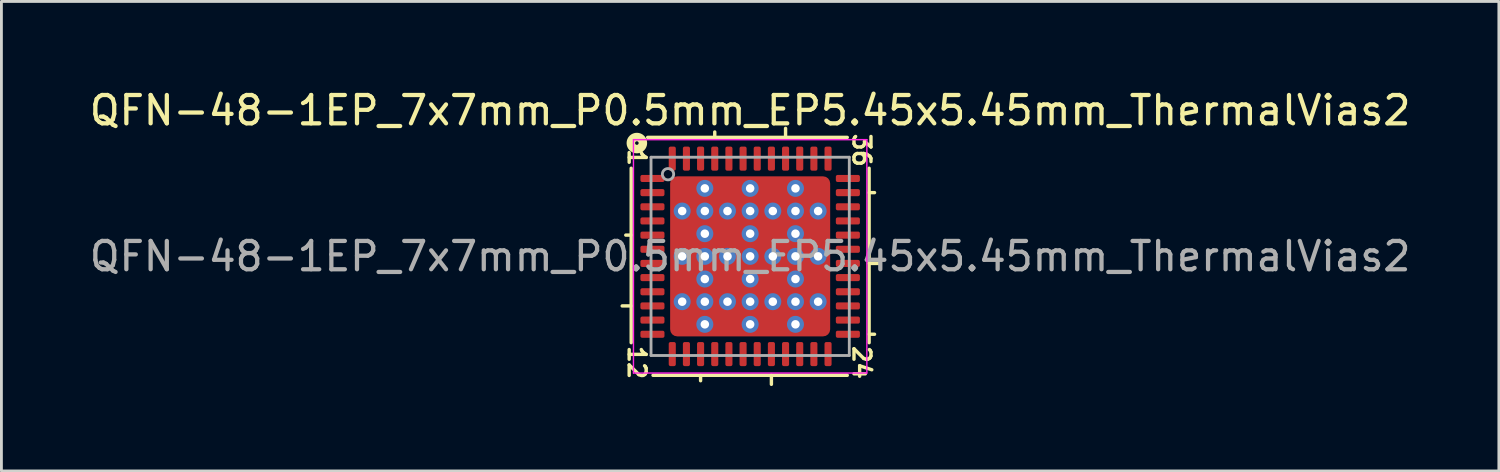
<source format=kicad_pcb>
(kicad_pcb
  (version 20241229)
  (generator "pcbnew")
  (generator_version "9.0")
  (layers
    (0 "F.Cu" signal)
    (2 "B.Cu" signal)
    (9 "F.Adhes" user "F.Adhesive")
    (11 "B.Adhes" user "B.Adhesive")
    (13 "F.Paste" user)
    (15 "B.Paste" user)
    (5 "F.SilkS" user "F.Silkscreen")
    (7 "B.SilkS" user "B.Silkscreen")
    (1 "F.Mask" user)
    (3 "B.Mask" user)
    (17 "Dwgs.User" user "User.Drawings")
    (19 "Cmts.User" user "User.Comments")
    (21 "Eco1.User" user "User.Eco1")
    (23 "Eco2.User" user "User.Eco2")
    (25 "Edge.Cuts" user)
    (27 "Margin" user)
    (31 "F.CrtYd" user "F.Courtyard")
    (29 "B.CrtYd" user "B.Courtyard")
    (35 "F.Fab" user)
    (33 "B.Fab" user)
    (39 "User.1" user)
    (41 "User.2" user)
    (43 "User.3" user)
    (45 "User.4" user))
  (footprint "QFN-48-1EP_7x7mm_P0.5mm_EP5.45x5.45mm_ThermalVias2"
    (layer "F.Cu")
    (at 23.435 6.001)
    (property "Reference" "QFN-48-1EP_7x7mm_P0.5mm_EP5.45x5.45mm_ThermalVias2" (at 0 -5.152 0) (layer "F.SilkS") (effects (font (size 1 1) (thickness 0.15))))
    (attr smd)
    (fp_line (start -4.2 -3.111) (end -4.2 3.048) (stroke (width 0.12) (type solid)) (layer "F.SilkS"))
    (fp_line (start -4.2 -0.75) (end -4.391 -0.75) (stroke (width 0.12) (type solid)) (layer "F.SilkS"))
    (fp_line (start -4.2 1.75) (end -4.518 1.75) (stroke (width 0.12) (type solid)) (layer "F.SilkS"))
    (fp_line (start -3.429 4.2) (end 3.429 4.2) (stroke (width 0.12) (type solid)) (layer "F.SilkS"))
    (fp_line (start -1.75 4.2) (end -1.75 4.391) (stroke (width 0.12) (type solid)) (layer "F.SilkS"))
    (fp_line (start -1.25 -4.2) (end -1.25 -4.391) (stroke (width 0.12) (type solid)) (layer "F.SilkS"))
    (fp_line (start 0.75 4.2) (end 0.75 4.518) (stroke (width 0.12) (type solid)) (layer "F.SilkS"))
    (fp_line (start 1.25 -4.2) (end 1.25 -4.518) (stroke (width 0.12) (type solid)) (layer "F.SilkS"))
    (fp_line (start 3.429 -4.2) (end -3.619 -4.2) (stroke (width 0.12) (type solid)) (layer "F.SilkS"))
    (fp_line (start 4.2 -2.25) (end 4.391 -2.25) (stroke (width 0.12) (type solid)) (layer "F.SilkS"))
    (fp_line (start 4.2 0.25) (end 4.518 0.25) (stroke (width 0.12) (type solid)) (layer "F.SilkS"))
    (fp_line (start 4.2 2.75) (end 4.391 2.75) (stroke (width 0.12) (type solid)) (layer "F.SilkS"))
    (fp_line (start 4.2 3.048) (end 4.2 -3.111) (stroke (width 0.12) (type solid)) (layer "F.SilkS"))
    (fp_circle (center -4 -4) (end -3.937 -4) (stroke (width 0.3) (type solid)) (fill no) (layer "F.SilkS"))
    (fp_line (start -4.12 -4.12) (end -4.12 4.12) (stroke (width 0.05) (type solid)) (layer "F.CrtYd"))
    (fp_line (start -4.12 4.12) (end 4.12 4.12) (stroke (width 0.05) (type solid)) (layer "F.CrtYd"))
    (fp_line (start 4.12 -4.12) (end -4.12 -4.12) (stroke (width 0.05) (type solid)) (layer "F.CrtYd"))
    (fp_line (start 4.12 4.12) (end 4.12 -4.12) (stroke (width 0.05) (type solid)) (layer "F.CrtYd"))
    (fp_line (start -3.5 -3.5) (end 3.5 -3.5) (stroke (width 0.1) (type solid)) (layer "F.Fab"))
    (fp_line (start -3.5 3.5) (end -3.5 -3.5) (stroke (width 0.1) (type solid)) (layer "F.Fab"))
    (fp_line (start 3.5 -3.5) (end 3.5 3.5) (stroke (width 0.1) (type solid)) (layer "F.Fab"))
    (fp_line (start 3.5 3.5) (end -3.5 3.5) (stroke (width 0.1) (type solid)) (layer "F.Fab"))
    (fp_circle (center -2.9 -2.9) (end -2.7 -2.9) (stroke (width 0.1) (type solid)) (fill no) (layer "F.Fab"))
    (fp_text user "12" (at -4 3.747 270) (unlocked yes) (layer "F.SilkS") (effects (font (size 0.6 0.6) (thickness 0.12))))
    (fp_text user "36" (at 3.937 -3.747 270) (unlocked yes) (layer "F.SilkS") (effects (font (size 0.6 0.6) (thickness 0.12))))
    (fp_text user "24" (at 3.937 3.747 270) (unlocked yes) (layer "F.SilkS") (effects (font (size 0.6 0.6) (thickness 0.12))))
    (fp_text user "1" (at -4 -3.493 270) (unlocked yes) (layer "F.SilkS") (effects (font (size 0.6 0.6) (thickness 0.12))))
    (fp_text user "${REFERENCE}" (at 0 0 0) (layer "F.Fab") (effects (font (size 1 1) (thickness 0.15))))
    (pad "" smd roundrect (at -2.312 -2.312) (size 0.625 0.625) (layers "F.Paste") (roundrect_rratio 0.25))
    (pad "" smd roundrect (at -2.312 -2.312 270) (size 0.825 0.825) (layers "F.Mask") (roundrect_rratio 0.25))
    (pad "" smd roundrect (at -2.312 -0.8 90) (size 0.7 0.625) (layers "F.Paste") (roundrect_rratio 0.244))
    (pad "" smd roundrect (at -2.312 -0.8 180) (size 0.825 1) (layers "F.Mask") (roundrect_rratio 0.25))
    (pad "" smd roundrect (at -2.312 0.8 90) (size 0.7 0.625) (layers "F.Paste") (roundrect_rratio 0.25))
    (pad "" smd roundrect (at -2.312 0.8 180) (size 0.825 1) (layers "F.Mask") (roundrect_rratio 0.25))
    (pad "" smd roundrect (at -2.312 2.312) (size 0.625 0.625) (layers "F.Paste") (roundrect_rratio 0.25))
    (pad "" smd roundrect (at -2.312 2.312 270) (size 0.825 0.825) (layers "F.Mask") (roundrect_rratio 0.25))
    (pad "" smd roundrect (at -0.8 -2.312) (size 0.7 0.625) (layers "F.Paste") (roundrect_rratio 0.25))
    (pad "" smd roundrect (at -0.8 -2.312 270) (size 0.825 1) (layers "F.Mask") (roundrect_rratio 0.25))
    (pad "" smd roundrect (at -0.8 -0.8 90) (size 0.7 0.7) (layers "F.Paste") (roundrect_rratio 0.25))
    (pad "" smd roundrect (at -0.8 -0.8 270) (size 1 1) (layers "F.Mask") (roundrect_rratio 0.25))
    (pad "" smd roundrect (at -0.8 0.8 90) (size 0.7 0.7) (layers "F.Paste") (roundrect_rratio 0.25))
    (pad "" smd roundrect (at -0.8 0.8 270) (size 1 1) (layers "F.Mask") (roundrect_rratio 0.25))
    (pad "" smd roundrect (at -0.8 2.312) (size 0.7 0.625) (layers "F.Paste") (roundrect_rratio 0.25))
    (pad "" smd roundrect (at -0.8 2.312 270) (size 0.825 1) (layers "F.Mask") (roundrect_rratio 0.25))
    (pad "" smd roundrect (at 0.8 -2.312) (size 0.7 0.625) (layers "F.Paste") (roundrect_rratio 0.25))
    (pad "" smd roundrect (at 0.8 -2.312 270) (size 0.825 1) (layers "F.Mask") (roundrect_rratio 0.25))
    (pad "" smd roundrect (at 0.8 -0.8 90) (size 0.7 0.7) (layers "F.Paste") (roundrect_rratio 0.25))
    (pad "" smd roundrect (at 0.8 -0.8 270) (size 1 1) (layers "F.Mask") (roundrect_rratio 0.25))
    (pad "" smd roundrect (at 0.8 0.8 90) (size 0.7 0.7) (layers "F.Paste") (roundrect_rratio 0.25))
    (pad "" smd roundrect (at 0.8 0.8 270) (size 1 1) (layers "F.Mask") (roundrect_rratio 0.25))
    (pad "" smd roundrect (at 0.8 2.312) (size 0.7 0.625) (layers "F.Paste") (roundrect_rratio 0.25))
    (pad "" smd roundrect (at 0.8 2.312 270) (size 0.825 1) (layers "F.Mask") (roundrect_rratio 0.25))
    (pad "" smd roundrect (at 2.312 -2.312) (size 0.625 0.625) (layers "F.Paste") (roundrect_rratio 0.25))
    (pad "" smd roundrect (at 2.312 -2.312 270) (size 0.825 0.825) (layers "F.Mask") (roundrect_rratio 0.25))
    (pad "" smd roundrect (at 2.312 -0.8 90) (size 0.7 0.625) (layers "F.Paste") (roundrect_rratio 0.25))
    (pad "" smd roundrect (at 2.312 -0.8 180) (size 0.825 1) (layers "F.Mask") (roundrect_rratio 0.25))
    (pad "" smd roundrect (at 2.312 0.8 90) (size 0.7 0.625) (layers "F.Paste") (roundrect_rratio 0.25))
    (pad "" smd roundrect (at 2.312 0.8 180) (size 0.825 1) (layers "F.Mask") (roundrect_rratio 0.25))
    (pad "" smd roundrect (at 2.312 2.312) (size 0.625 0.625) (layers "F.Paste") (roundrect_rratio 0.25))
    (pad "" smd roundrect (at 2.312 2.312 270) (size 0.825 0.825) (layers "F.Mask") (roundrect_rratio 0.25))
    (pad "1" smd roundrect (at -3.45 -2.75) (size 0.85 0.25) (layers "F.Cu" "F.Mask" "F.Paste") (roundrect_rratio 0.25))
    (pad "2" smd roundrect (at -3.45 -2.25) (size 0.85 0.25) (layers "F.Cu" "F.Mask" "F.Paste") (roundrect_rratio 0.25))
    (pad "3" smd roundrect (at -3.45 -1.75) (size 0.85 0.25) (layers "F.Cu" "F.Mask" "F.Paste") (roundrect_rratio 0.25))
    (pad "4" smd roundrect (at -3.45 -1.25) (size 0.85 0.25) (layers "F.Cu" "F.Mask" "F.Paste") (roundrect_rratio 0.25))
    (pad "5" smd roundrect (at -3.45 -0.75) (size 0.85 0.25) (layers "F.Cu" "F.Mask" "F.Paste") (roundrect_rratio 0.25))
    (pad "6" smd roundrect (at -3.45 -0.25) (size 0.85 0.25) (layers "F.Cu" "F.Mask" "F.Paste") (roundrect_rratio 0.25))
    (pad "7" smd roundrect (at -3.45 0.25) (size 0.85 0.25) (layers "F.Cu" "F.Mask" "F.Paste") (roundrect_rratio 0.25))
    (pad "8" smd roundrect (at -3.45 0.75) (size 0.85 0.25) (layers "F.Cu" "F.Mask" "F.Paste") (roundrect_rratio 0.25))
    (pad "9" smd roundrect (at -3.45 1.25) (size 0.85 0.25) (layers "F.Cu" "F.Mask" "F.Paste") (roundrect_rratio 0.25))
    (pad "10" smd roundrect (at -3.45 1.75) (size 0.85 0.25) (layers "F.Cu" "F.Mask" "F.Paste") (roundrect_rratio 0.25))
    (pad "11" smd roundrect (at -3.45 2.25) (size 0.85 0.25) (layers "F.Cu" "F.Mask" "F.Paste") (roundrect_rratio 0.25))
    (pad "12" smd roundrect (at -3.45 2.75) (size 0.85 0.25) (layers "F.Cu" "F.Mask" "F.Paste") (roundrect_rratio 0.25))
    (pad "13" smd roundrect (at -2.75 3.45) (size 0.25 0.85) (layers "F.Cu" "F.Mask" "F.Paste") (roundrect_rratio 0.25))
    (pad "14" smd roundrect (at -2.25 3.45) (size 0.25 0.85) (layers "F.Cu" "F.Mask" "F.Paste") (roundrect_rratio 0.25))
    (pad "15" smd roundrect (at -1.75 3.45) (size 0.25 0.85) (layers "F.Cu" "F.Mask" "F.Paste") (roundrect_rratio 0.25))
    (pad "16" smd roundrect (at -1.25 3.45) (size 0.25 0.85) (layers "F.Cu" "F.Mask" "F.Paste") (roundrect_rratio 0.25))
    (pad "17" smd roundrect (at -0.75 3.45) (size 0.25 0.85) (layers "F.Cu" "F.Mask" "F.Paste") (roundrect_rratio 0.25))
    (pad "18" smd roundrect (at -0.25 3.45) (size 0.25 0.85) (layers "F.Cu" "F.Mask" "F.Paste") (roundrect_rratio 0.25))
    (pad "19" smd roundrect (at 0.25 3.45) (size 0.25 0.85) (layers "F.Cu" "F.Mask" "F.Paste") (roundrect_rratio 0.25))
    (pad "20" smd roundrect (at 0.75 3.45) (size 0.25 0.85) (layers "F.Cu" "F.Mask" "F.Paste") (roundrect_rratio 0.25))
    (pad "21" smd roundrect (at 1.25 3.45) (size 0.25 0.85) (layers "F.Cu" "F.Mask" "F.Paste") (roundrect_rratio 0.25))
    (pad "22" smd roundrect (at 1.75 3.45) (size 0.25 0.85) (layers "F.Cu" "F.Mask" "F.Paste") (roundrect_rratio 0.25))
    (pad "23" smd roundrect (at 2.25 3.45) (size 0.25 0.85) (layers "F.Cu" "F.Mask" "F.Paste") (roundrect_rratio 0.25))
    (pad "24" smd roundrect (at 2.75 3.45) (size 0.25 0.85) (layers "F.Cu" "F.Mask" "F.Paste") (roundrect_rratio 0.25))
    (pad "25" smd roundrect (at 3.45 2.75) (size 0.85 0.25) (layers "F.Cu" "F.Mask" "F.Paste") (roundrect_rratio 0.25))
    (pad "26" smd roundrect (at 3.45 2.25) (size 0.85 0.25) (layers "F.Cu" "F.Mask" "F.Paste") (roundrect_rratio 0.25))
    (pad "27" smd roundrect (at 3.45 1.75) (size 0.85 0.25) (layers "F.Cu" "F.Mask" "F.Paste") (roundrect_rratio 0.25))
    (pad "28" smd roundrect (at 3.45 1.25) (size 0.85 0.25) (layers "F.Cu" "F.Mask" "F.Paste") (roundrect_rratio 0.25))
    (pad "29" smd roundrect (at 3.45 0.75) (size 0.85 0.25) (layers "F.Cu" "F.Mask" "F.Paste") (roundrect_rratio 0.25))
    (pad "30" smd roundrect (at 3.45 0.25) (size 0.85 0.25) (layers "F.Cu" "F.Mask" "F.Paste") (roundrect_rratio 0.25))
    (pad "31" smd roundrect (at 3.45 -0.25) (size 0.85 0.25) (layers "F.Cu" "F.Mask" "F.Paste") (roundrect_rratio 0.25))
    (pad "32" smd roundrect (at 3.45 -0.75) (size 0.85 0.25) (layers "F.Cu" "F.Mask" "F.Paste") (roundrect_rratio 0.25))
    (pad "33" smd roundrect (at 3.45 -1.25) (size 0.85 0.25) (layers "F.Cu" "F.Mask" "F.Paste") (roundrect_rratio 0.25))
    (pad "34" smd roundrect (at 3.45 -1.75) (size 0.85 0.25) (layers "F.Cu" "F.Mask" "F.Paste") (roundrect_rratio 0.25))
    (pad "35" smd roundrect (at 3.45 -2.25) (size 0.85 0.25) (layers "F.Cu" "F.Mask" "F.Paste") (roundrect_rratio 0.25))
    (pad "36" smd roundrect (at 3.45 -2.75) (size 0.85 0.25) (layers "F.Cu" "F.Mask" "F.Paste") (roundrect_rratio 0.25))
    (pad "37" smd roundrect (at 2.75 -3.45) (size 0.25 0.85) (layers "F.Cu" "F.Mask" "F.Paste") (roundrect_rratio 0.25))
    (pad "38" smd roundrect (at 2.25 -3.45) (size 0.25 0.85) (layers "F.Cu" "F.Mask" "F.Paste") (roundrect_rratio 0.25))
    (pad "39" smd roundrect (at 1.75 -3.45) (size 0.25 0.85) (layers "F.Cu" "F.Mask" "F.Paste") (roundrect_rratio 0.25))
    (pad "40" smd roundrect (at 1.25 -3.45) (size 0.25 0.85) (layers "F.Cu" "F.Mask" "F.Paste") (roundrect_rratio 0.25))
    (pad "41" smd roundrect (at 0.75 -3.45) (size 0.25 0.85) (layers "F.Cu" "F.Mask" "F.Paste") (roundrect_rratio 0.25))
    (pad "42" smd roundrect (at 0.25 -3.45) (size 0.25 0.85) (layers "F.Cu" "F.Mask" "F.Paste") (roundrect_rratio 0.25))
    (pad "43" smd roundrect (at -0.25 -3.45) (size 0.25 0.85) (layers "F.Cu" "F.Mask" "F.Paste") (roundrect_rratio 0.25))
    (pad "44" smd roundrect (at -0.75 -3.45) (size 0.25 0.85) (layers "F.Cu" "F.Mask" "F.Paste") (roundrect_rratio 0.25))
    (pad "45" smd roundrect (at -1.25 -3.45) (size 0.25 0.85) (layers "F.Cu" "F.Mask" "F.Paste") (roundrect_rratio 0.25))
    (pad "46" smd roundrect (at -1.75 -3.45) (size 0.25 0.85) (layers "F.Cu" "F.Mask" "F.Paste") (roundrect_rratio 0.25))
    (pad "47" smd roundrect (at -2.25 -3.45) (size 0.25 0.85) (layers "F.Cu" "F.Mask" "F.Paste") (roundrect_rratio 0.25))
    (pad "48" smd roundrect (at -2.75 -3.45) (size 0.25 0.85) (layers "F.Cu" "F.Mask" "F.Paste") (roundrect_rratio 0.25))
    (pad "49" thru_hole circle (at -2.4 -1.6) (size 0.6 0.6) (drill 0.3) (property pad_prop_heatsink) (layers "*.Cu" "*.Mask"))
    (pad "49" thru_hole circle (at -2.4 0) (size 0.6 0.6) (drill 0.3) (property pad_prop_heatsink) (layers "*.Cu" "*.Mask"))
    (pad "49" thru_hole circle (at -2.4 1.6) (size 0.6 0.6) (drill 0.3) (property pad_prop_heatsink) (layers "*.Cu" "*.Mask"))
    (pad "49" thru_hole circle (at -1.6 -2.4) (size 0.6 0.6) (drill 0.3) (property pad_prop_heatsink) (layers "*.Cu" "*.Mask"))
    (pad "49" thru_hole circle (at -1.6 -1.6) (size 0.6 0.6) (drill 0.3) (property pad_prop_heatsink) (layers "*.Cu" "*.Mask"))
    (pad "49" thru_hole circle (at -1.6 -0.8) (size 0.6 0.6) (drill 0.3) (property pad_prop_heatsink) (layers "*.Cu" "*.Mask"))
    (pad "49" thru_hole circle (at -1.6 0) (size 0.6 0.6) (drill 0.3) (property pad_prop_heatsink) (layers "*.Cu" "*.Mask"))
    (pad "49" thru_hole circle (at -1.6 0.8) (size 0.6 0.6) (drill 0.3) (property pad_prop_heatsink) (layers "*.Cu" "*.Mask"))
    (pad "49" thru_hole circle (at -1.6 1.6) (size 0.6 0.6) (drill 0.3) (property pad_prop_heatsink) (layers "*.Cu" "*.Mask"))
    (pad "49" thru_hole circle (at -1.6 2.4) (size 0.6 0.6) (drill 0.3) (property pad_prop_heatsink) (layers "*.Cu" "*.Mask"))
    (pad "49" thru_hole circle (at -0.8 -1.6) (size 0.6 0.6) (drill 0.3) (property pad_prop_heatsink) (layers "*.Cu" "*.Mask"))
    (pad "49" thru_hole circle (at -0.8 0) (size 0.6 0.6) (drill 0.3) (property pad_prop_heatsink) (layers "*.Cu" "*.Mask"))
    (pad "49" thru_hole circle (at -0.8 1.6) (size 0.6 0.6) (drill 0.3) (property pad_prop_heatsink) (layers "*.Cu" "*.Mask"))
    (pad "49" thru_hole circle (at 0 -2.4) (size 0.6 0.6) (drill 0.3) (property pad_prop_heatsink) (layers "*.Cu" "*.Mask"))
    (pad "49" thru_hole circle (at 0 -1.6) (size 0.6 0.6) (drill 0.3) (property pad_prop_heatsink) (layers "*.Cu" "*.Mask"))
    (pad "49" thru_hole circle (at 0 -0.8) (size 0.6 0.6) (drill 0.3) (property pad_prop_heatsink) (layers "*.Cu" "*.Mask"))
    (pad "49" thru_hole circle (at 0 0) (size 0.6 0.6) (drill 0.3) (property pad_prop_heatsink) (layers "*.Cu" "*.Mask"))
    (pad "49" smd roundrect (at 0 0) (size 5.65 5.65) (layers "F.Cu") (roundrect_rratio 0.044))
    (pad "49" thru_hole circle (at 0 0.8) (size 0.6 0.6) (drill 0.3) (property pad_prop_heatsink) (layers "*.Cu" "*.Mask"))
    (pad "49" thru_hole circle (at 0 1.6) (size 0.6 0.6) (drill 0.3) (property pad_prop_heatsink) (layers "*.Cu" "*.Mask"))
    (pad "49" thru_hole circle (at 0 2.4) (size 0.6 0.6) (drill 0.3) (property pad_prop_heatsink) (layers "*.Cu" "*.Mask"))
    (pad "49" thru_hole circle (at 0.8 -1.6) (size 0.6 0.6) (drill 0.3) (property pad_prop_heatsink) (layers "*.Cu" "*.Mask"))
    (pad "49" thru_hole circle (at 0.8 0) (size 0.6 0.6) (drill 0.3) (property pad_prop_heatsink) (layers "*.Cu" "*.Mask"))
    (pad "49" thru_hole circle (at 0.8 1.6) (size 0.6 0.6) (drill 0.3) (property pad_prop_heatsink) (layers "*.Cu" "*.Mask"))
    (pad "49" thru_hole circle (at 1.6 -2.4) (size 0.6 0.6) (drill 0.3) (property pad_prop_heatsink) (layers "*.Cu" "*.Mask"))
    (pad "49" thru_hole circle (at 1.6 -1.6) (size 0.6 0.6) (drill 0.3) (property pad_prop_heatsink) (layers "*.Cu" "*.Mask"))
    (pad "49" thru_hole circle (at 1.6 -0.8) (size 0.6 0.6) (drill 0.3) (property pad_prop_heatsink) (layers "*.Cu" "*.Mask"))
    (pad "49" thru_hole circle (at 1.6 0) (size 0.6 0.6) (drill 0.3) (property pad_prop_heatsink) (layers "*.Cu" "*.Mask"))
    (pad "49" thru_hole circle (at 1.6 0.8) (size 0.6 0.6) (drill 0.3) (property pad_prop_heatsink) (layers "*.Cu" "*.Mask"))
    (pad "49" thru_hole circle (at 1.6 1.6) (size 0.6 0.6) (drill 0.3) (property pad_prop_heatsink) (layers "*.Cu" "*.Mask"))
    (pad "49" thru_hole circle (at 1.6 2.4) (size 0.6 0.6) (drill 0.3) (property pad_prop_heatsink) (layers "*.Cu" "*.Mask"))
    (pad "49" thru_hole circle (at 2.4 -1.6) (size 0.6 0.6) (drill 0.3) (property pad_prop_heatsink) (layers "*.Cu" "*.Mask"))
    (pad "49" thru_hole circle (at 2.4 0) (size 0.6 0.6) (drill 0.3) (property pad_prop_heatsink) (layers "*.Cu" "*.Mask"))
    (pad "49" thru_hole circle (at 2.4 1.6) (size 0.6 0.6) (drill 0.3) (property pad_prop_heatsink) (layers "*.Cu" "*.Mask")))
  (gr_rect
    (start -3 -3)
    (end 49.869 13.578)
    (stroke (width 0.1) (type default))
    (fill no)
    (layer "Edge.Cuts")))
</source>
